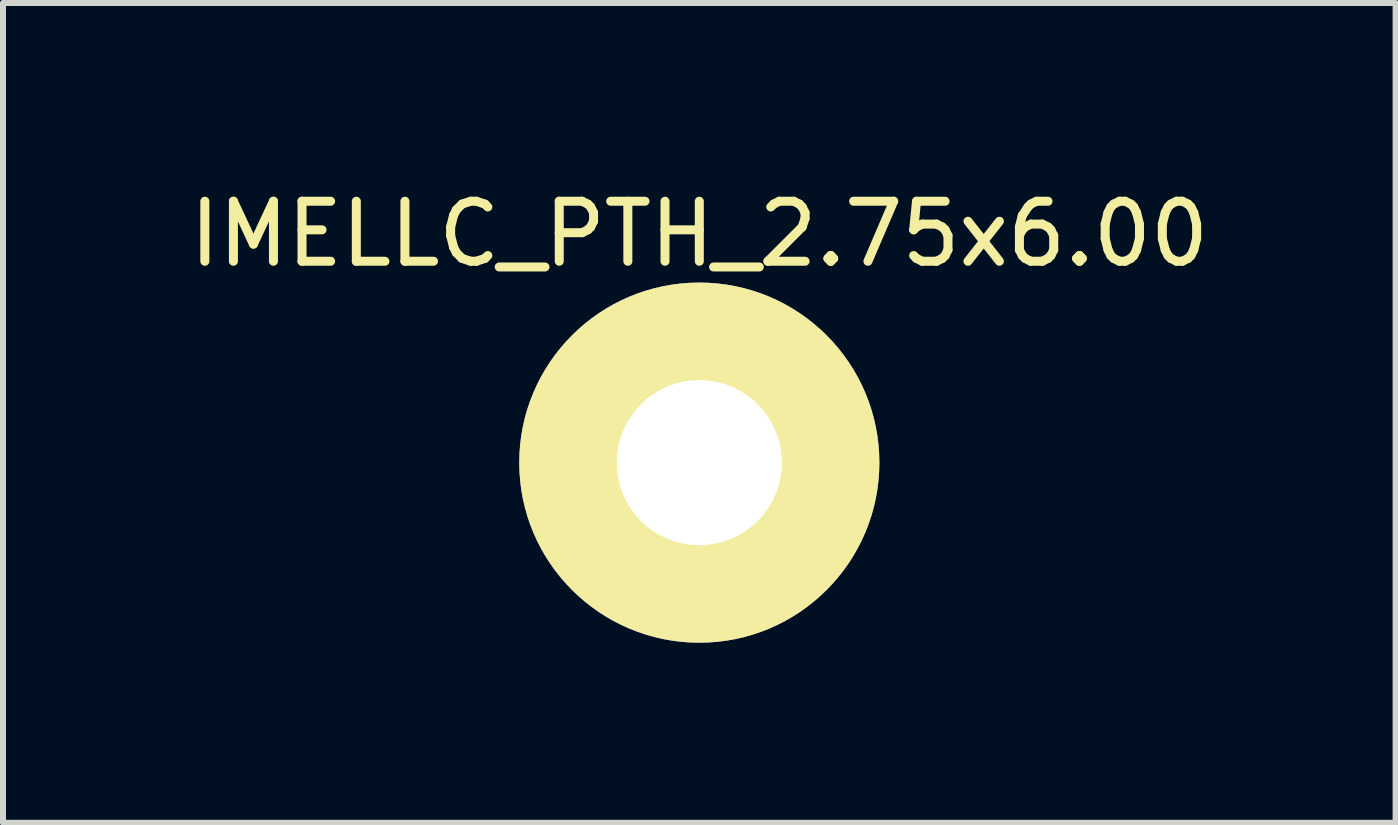
<source format=kicad_pcb>
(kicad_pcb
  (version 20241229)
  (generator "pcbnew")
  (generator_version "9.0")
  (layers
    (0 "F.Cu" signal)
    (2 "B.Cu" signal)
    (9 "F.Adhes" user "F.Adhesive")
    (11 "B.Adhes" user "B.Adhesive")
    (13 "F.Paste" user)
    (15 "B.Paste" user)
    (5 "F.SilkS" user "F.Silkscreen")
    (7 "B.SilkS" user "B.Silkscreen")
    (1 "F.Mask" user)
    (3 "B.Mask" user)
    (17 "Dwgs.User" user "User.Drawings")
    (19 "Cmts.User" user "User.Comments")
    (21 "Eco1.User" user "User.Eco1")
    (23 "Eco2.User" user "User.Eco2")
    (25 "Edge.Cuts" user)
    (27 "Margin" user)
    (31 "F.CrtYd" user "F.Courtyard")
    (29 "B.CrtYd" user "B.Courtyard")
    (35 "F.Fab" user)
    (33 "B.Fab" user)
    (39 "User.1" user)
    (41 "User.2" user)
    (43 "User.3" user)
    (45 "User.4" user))
  (footprint "IMELLC_PTH_2.75x6.00"
    (layer "F.Cu")
    (at 8.601 4.658)
    (property "Reference" "IMELLC_PTH_2.75x6.00" (at 0 -3.81 0) (layer "F.SilkS") (effects (font (size 1 1) (thickness 0.15))))
    (attr through_hole)
    (pad "1" thru_hole circle (at 0 0) (size 6 6) (drill 2.75) (layers "*.Cu" "*.Mask" "F.SilkS")))
  (gr_rect
    (start -3 -3)
    (end 20.202 10.658)
    (stroke (width 0.1) (type default))
    (fill no)
    (layer "Edge.Cuts")))
</source>
